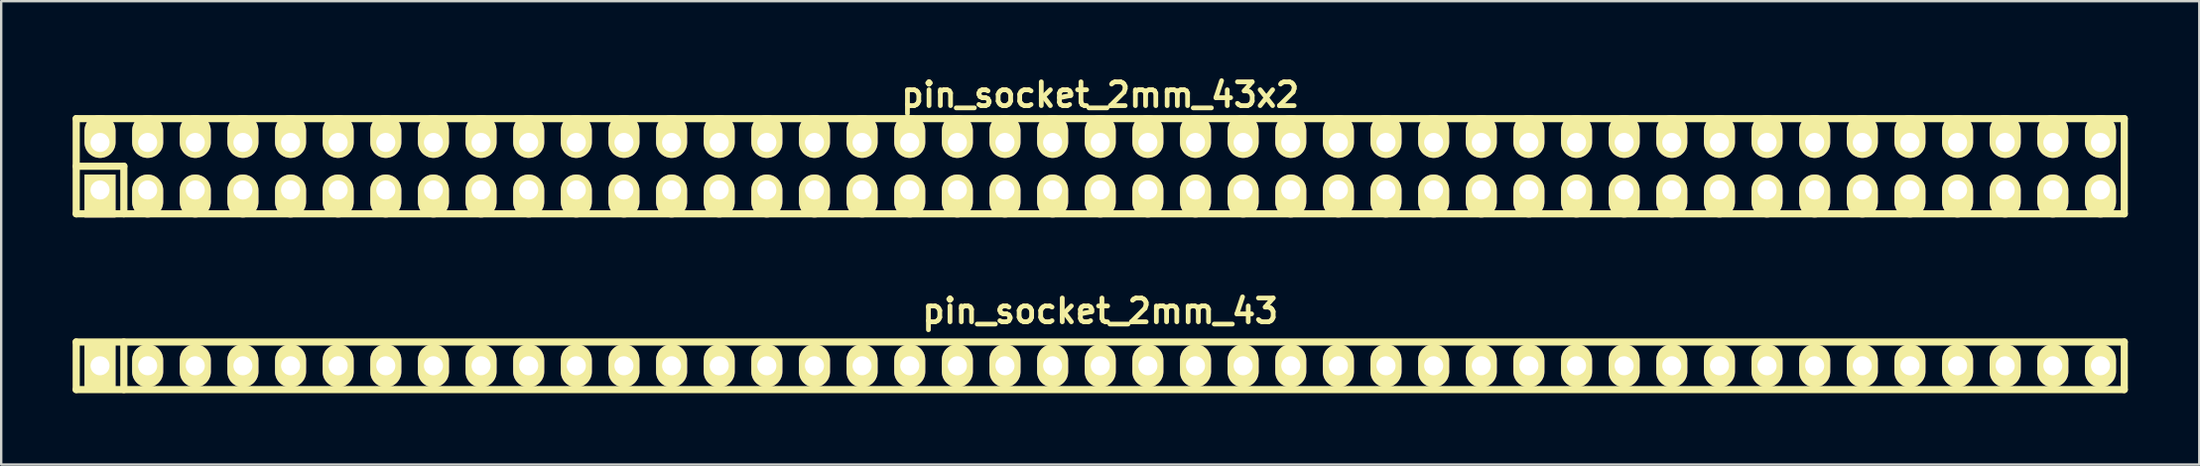
<source format=kicad_pcb>
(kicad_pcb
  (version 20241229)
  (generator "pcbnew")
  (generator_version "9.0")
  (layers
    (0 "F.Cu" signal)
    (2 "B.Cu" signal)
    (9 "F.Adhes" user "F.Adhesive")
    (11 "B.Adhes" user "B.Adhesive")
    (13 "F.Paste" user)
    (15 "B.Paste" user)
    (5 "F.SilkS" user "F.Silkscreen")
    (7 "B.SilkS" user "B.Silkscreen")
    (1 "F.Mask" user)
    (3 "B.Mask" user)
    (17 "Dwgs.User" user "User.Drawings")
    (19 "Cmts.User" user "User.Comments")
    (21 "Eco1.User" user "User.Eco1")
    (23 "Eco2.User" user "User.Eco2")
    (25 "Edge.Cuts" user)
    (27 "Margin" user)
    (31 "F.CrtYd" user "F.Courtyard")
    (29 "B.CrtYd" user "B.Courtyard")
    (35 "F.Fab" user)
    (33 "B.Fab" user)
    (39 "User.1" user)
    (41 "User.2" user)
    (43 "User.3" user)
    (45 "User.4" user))
  (footprint "pin_socket_2mm_43x2"
    (layer "F.Cu")
    (at 43.15 3.936)
    (property "Reference" "pin_socket_2mm_43x2" (at 0 -3 0) (layer "F.SilkS") (effects (font (size 1 1) (thickness 0.2))))
    (attr through_hole)
    (fp_line (start -43 -2) (end 43 -2) (stroke (width 0.3) (type solid)) (layer "F.SilkS"))
    (fp_line (start -43 0) (end -41 0) (stroke (width 0.3) (type solid)) (layer "F.SilkS"))
    (fp_line (start -43 2) (end -43 -2) (stroke (width 0.3) (type solid)) (layer "F.SilkS"))
    (fp_line (start -41 0) (end -41 2) (stroke (width 0.3) (type solid)) (layer "F.SilkS"))
    (fp_line (start 43 -2) (end 43 2) (stroke (width 0.3) (type solid)) (layer "F.SilkS"))
    (fp_line (start 43 2) (end -43 2) (stroke (width 0.3) (type solid)) (layer "F.SilkS"))
    (pad "1" thru_hole rect (at -42 1) (size 1.3 1.8) (drill 0.8 (offset 0 0.25)) (layers "*.Cu" "*.Mask" "F.SilkS"))
    (pad "2" thru_hole oval (at -42 -1) (size 1.3 1.8) (drill 0.8 (offset 0 -0.25)) (layers "*.Cu" "*.Mask" "F.SilkS"))
    (pad "3" thru_hole oval (at -40 1) (size 1.3 1.8) (drill 0.8 (offset 0 0.25)) (layers "*.Cu" "*.Mask" "F.SilkS"))
    (pad "4" thru_hole oval (at -40 -1) (size 1.3 1.8) (drill 0.8 (offset 0 -0.25)) (layers "*.Cu" "*.Mask" "F.SilkS"))
    (pad "5" thru_hole oval (at -38 1) (size 1.3 1.8) (drill 0.8 (offset 0 0.25)) (layers "*.Cu" "*.Mask" "F.SilkS"))
    (pad "6" thru_hole oval (at -38 -1) (size 1.3 1.8) (drill 0.8 (offset 0 -0.25)) (layers "*.Cu" "*.Mask" "F.SilkS"))
    (pad "7" thru_hole oval (at -36 1) (size 1.3 1.8) (drill 0.8 (offset 0 0.25)) (layers "*.Cu" "*.Mask" "F.SilkS"))
    (pad "8" thru_hole oval (at -36 -1) (size 1.3 1.8) (drill 0.8 (offset 0 -0.25)) (layers "*.Cu" "*.Mask" "F.SilkS"))
    (pad "9" thru_hole oval (at -34 1) (size 1.3 1.8) (drill 0.8 (offset 0 0.25)) (layers "*.Cu" "*.Mask" "F.SilkS"))
    (pad "10" thru_hole oval (at -34 -1) (size 1.3 1.8) (drill 0.8 (offset 0 -0.25)) (layers "*.Cu" "*.Mask" "F.SilkS"))
    (pad "11" thru_hole oval (at -32 1) (size 1.3 1.8) (drill 0.8 (offset 0 0.25)) (layers "*.Cu" "*.Mask" "F.SilkS"))
    (pad "12" thru_hole oval (at -32 -1) (size 1.3 1.8) (drill 0.8 (offset 0 -0.25)) (layers "*.Cu" "*.Mask" "F.SilkS"))
    (pad "13" thru_hole oval (at -30 1) (size 1.3 1.8) (drill 0.8 (offset 0 0.25)) (layers "*.Cu" "*.Mask" "F.SilkS"))
    (pad "14" thru_hole oval (at -30 -1) (size 1.3 1.8) (drill 0.8 (offset 0 -0.25)) (layers "*.Cu" "*.Mask" "F.SilkS"))
    (pad "15" thru_hole oval (at -28 1) (size 1.3 1.8) (drill 0.8 (offset 0 0.25)) (layers "*.Cu" "*.Mask" "F.SilkS"))
    (pad "16" thru_hole oval (at -28 -1) (size 1.3 1.8) (drill 0.8 (offset 0 -0.25)) (layers "*.Cu" "*.Mask" "F.SilkS"))
    (pad "17" thru_hole oval (at -26 1) (size 1.3 1.8) (drill 0.8 (offset 0 0.25)) (layers "*.Cu" "*.Mask" "F.SilkS"))
    (pad "18" thru_hole oval (at -26 -1) (size 1.3 1.8) (drill 0.8 (offset 0 -0.25)) (layers "*.Cu" "*.Mask" "F.SilkS"))
    (pad "19" thru_hole oval (at -24 1) (size 1.3 1.8) (drill 0.8 (offset 0 0.25)) (layers "*.Cu" "*.Mask" "F.SilkS"))
    (pad "20" thru_hole oval (at -24 -1) (size 1.3 1.8) (drill 0.8 (offset 0 -0.25)) (layers "*.Cu" "*.Mask" "F.SilkS"))
    (pad "21" thru_hole oval (at -22 1) (size 1.3 1.8) (drill 0.8 (offset 0 0.25)) (layers "*.Cu" "*.Mask" "F.SilkS"))
    (pad "22" thru_hole oval (at -22 -1) (size 1.3 1.8) (drill 0.8 (offset 0 -0.25)) (layers "*.Cu" "*.Mask" "F.SilkS"))
    (pad "23" thru_hole oval (at -20 1) (size 1.3 1.8) (drill 0.8 (offset 0 0.25)) (layers "*.Cu" "*.Mask" "F.SilkS"))
    (pad "24" thru_hole oval (at -20 -1) (size 1.3 1.8) (drill 0.8 (offset 0 -0.25)) (layers "*.Cu" "*.Mask" "F.SilkS"))
    (pad "25" thru_hole oval (at -18 1) (size 1.3 1.8) (drill 0.8 (offset 0 0.25)) (layers "*.Cu" "*.Mask" "F.SilkS"))
    (pad "26" thru_hole oval (at -18 -1) (size 1.3 1.8) (drill 0.8 (offset 0 -0.25)) (layers "*.Cu" "*.Mask" "F.SilkS"))
    (pad "27" thru_hole oval (at -16 1) (size 1.3 1.8) (drill 0.8 (offset 0 0.25)) (layers "*.Cu" "*.Mask" "F.SilkS"))
    (pad "28" thru_hole oval (at -16 -1) (size 1.3 1.8) (drill 0.8 (offset 0 -0.25)) (layers "*.Cu" "*.Mask" "F.SilkS"))
    (pad "29" thru_hole oval (at -14 1) (size 1.3 1.8) (drill 0.8 (offset 0 0.25)) (layers "*.Cu" "*.Mask" "F.SilkS"))
    (pad "30" thru_hole oval (at -14 -1) (size 1.3 1.8) (drill 0.8 (offset 0 -0.25)) (layers "*.Cu" "*.Mask" "F.SilkS"))
    (pad "31" thru_hole oval (at -12 1) (size 1.3 1.8) (drill 0.8 (offset 0 0.25)) (layers "*.Cu" "*.Mask" "F.SilkS"))
    (pad "32" thru_hole oval (at -12 -1) (size 1.3 1.8) (drill 0.8 (offset 0 -0.25)) (layers "*.Cu" "*.Mask" "F.SilkS"))
    (pad "33" thru_hole oval (at -10 1) (size 1.3 1.8) (drill 0.8 (offset 0 0.25)) (layers "*.Cu" "*.Mask" "F.SilkS"))
    (pad "34" thru_hole oval (at -10 -1) (size 1.3 1.8) (drill 0.8 (offset 0 -0.25)) (layers "*.Cu" "*.Mask" "F.SilkS"))
    (pad "35" thru_hole oval (at -8 1) (size 1.3 1.8) (drill 0.8 (offset 0 0.25)) (layers "*.Cu" "*.Mask" "F.SilkS"))
    (pad "36" thru_hole oval (at -8 -1) (size 1.3 1.8) (drill 0.8 (offset 0 -0.25)) (layers "*.Cu" "*.Mask" "F.SilkS"))
    (pad "37" thru_hole oval (at -6 1) (size 1.3 1.8) (drill 0.8 (offset 0 0.25)) (layers "*.Cu" "*.Mask" "F.SilkS"))
    (pad "38" thru_hole oval (at -6 -1) (size 1.3 1.8) (drill 0.8 (offset 0 -0.25)) (layers "*.Cu" "*.Mask" "F.SilkS"))
    (pad "39" thru_hole oval (at -4 1) (size 1.3 1.8) (drill 0.8 (offset 0 0.25)) (layers "*.Cu" "*.Mask" "F.SilkS"))
    (pad "40" thru_hole oval (at -4 -1) (size 1.3 1.8) (drill 0.8 (offset 0 -0.25)) (layers "*.Cu" "*.Mask" "F.SilkS"))
    (pad "41" thru_hole oval (at -2 1) (size 1.3 1.8) (drill 0.8 (offset 0 0.25)) (layers "*.Cu" "*.Mask" "F.SilkS"))
    (pad "42" thru_hole oval (at -2 -1) (size 1.3 1.8) (drill 0.8 (offset 0 -0.25)) (layers "*.Cu" "*.Mask" "F.SilkS"))
    (pad "43" thru_hole oval (at 0 1) (size 1.3 1.8) (drill 0.8 (offset 0 0.25)) (layers "*.Cu" "*.Mask" "F.SilkS"))
    (pad "44" thru_hole oval (at 0 -1) (size 1.3 1.8) (drill 0.8 (offset 0 -0.25)) (layers "*.Cu" "*.Mask" "F.SilkS"))
    (pad "45" thru_hole oval (at 2 1) (size 1.3 1.8) (drill 0.8 (offset 0 0.25)) (layers "*.Cu" "*.Mask" "F.SilkS"))
    (pad "46" thru_hole oval (at 2 -1) (size 1.3 1.8) (drill 0.8 (offset 0 -0.25)) (layers "*.Cu" "*.Mask" "F.SilkS"))
    (pad "47" thru_hole oval (at 4 1) (size 1.3 1.8) (drill 0.8 (offset 0 0.25)) (layers "*.Cu" "*.Mask" "F.SilkS"))
    (pad "48" thru_hole oval (at 4 -1) (size 1.3 1.8) (drill 0.8 (offset 0 -0.25)) (layers "*.Cu" "*.Mask" "F.SilkS"))
    (pad "49" thru_hole oval (at 6 1) (size 1.3 1.8) (drill 0.8 (offset 0 0.25)) (layers "*.Cu" "*.Mask" "F.SilkS"))
    (pad "50" thru_hole oval (at 6 -1) (size 1.3 1.8) (drill 0.8 (offset 0 -0.25)) (layers "*.Cu" "*.Mask" "F.SilkS"))
    (pad "51" thru_hole oval (at 8 1) (size 1.3 1.8) (drill 0.8 (offset 0 0.25)) (layers "*.Cu" "*.Mask" "F.SilkS"))
    (pad "52" thru_hole oval (at 8 -1) (size 1.3 1.8) (drill 0.8 (offset 0 -0.25)) (layers "*.Cu" "*.Mask" "F.SilkS"))
    (pad "53" thru_hole oval (at 10 1) (size 1.3 1.8) (drill 0.8 (offset 0 0.25)) (layers "*.Cu" "*.Mask" "F.SilkS"))
    (pad "54" thru_hole oval (at 10 -1) (size 1.3 1.8) (drill 0.8 (offset 0 -0.25)) (layers "*.Cu" "*.Mask" "F.SilkS"))
    (pad "55" thru_hole oval (at 12 1) (size 1.3 1.8) (drill 0.8 (offset 0 0.25)) (layers "*.Cu" "*.Mask" "F.SilkS"))
    (pad "56" thru_hole oval (at 12 -1) (size 1.3 1.8) (drill 0.8 (offset 0 -0.25)) (layers "*.Cu" "*.Mask" "F.SilkS"))
    (pad "57" thru_hole oval (at 14 1) (size 1.3 1.8) (drill 0.8 (offset 0 0.25)) (layers "*.Cu" "*.Mask" "F.SilkS"))
    (pad "58" thru_hole oval (at 14 -1) (size 1.3 1.8) (drill 0.8 (offset 0 -0.25)) (layers "*.Cu" "*.Mask" "F.SilkS"))
    (pad "59" thru_hole oval (at 16 1) (size 1.3 1.8) (drill 0.8 (offset 0 0.25)) (layers "*.Cu" "*.Mask" "F.SilkS"))
    (pad "60" thru_hole oval (at 16 -1) (size 1.3 1.8) (drill 0.8 (offset 0 -0.25)) (layers "*.Cu" "*.Mask" "F.SilkS"))
    (pad "61" thru_hole oval (at 18 1) (size 1.3 1.8) (drill 0.8 (offset 0 0.25)) (layers "*.Cu" "*.Mask" "F.SilkS"))
    (pad "62" thru_hole oval (at 18 -1) (size 1.3 1.8) (drill 0.8 (offset 0 -0.25)) (layers "*.Cu" "*.Mask" "F.SilkS"))
    (pad "63" thru_hole oval (at 20 1) (size 1.3 1.8) (drill 0.8 (offset 0 0.25)) (layers "*.Cu" "*.Mask" "F.SilkS"))
    (pad "64" thru_hole oval (at 20 -1) (size 1.3 1.8) (drill 0.8 (offset 0 -0.25)) (layers "*.Cu" "*.Mask" "F.SilkS"))
    (pad "65" thru_hole oval (at 22 1) (size 1.3 1.8) (drill 0.8 (offset 0 0.25)) (layers "*.Cu" "*.Mask" "F.SilkS"))
    (pad "66" thru_hole oval (at 22 -1) (size 1.3 1.8) (drill 0.8 (offset 0 -0.25)) (layers "*.Cu" "*.Mask" "F.SilkS"))
    (pad "67" thru_hole oval (at 24 1) (size 1.3 1.8) (drill 0.8 (offset 0 0.25)) (layers "*.Cu" "*.Mask" "F.SilkS"))
    (pad "68" thru_hole oval (at 24 -1) (size 1.3 1.8) (drill 0.8 (offset 0 -0.25)) (layers "*.Cu" "*.Mask" "F.SilkS"))
    (pad "69" thru_hole oval (at 26 1) (size 1.3 1.8) (drill 0.8 (offset 0 0.25)) (layers "*.Cu" "*.Mask" "F.SilkS"))
    (pad "70" thru_hole oval (at 26 -1) (size 1.3 1.8) (drill 0.8 (offset 0 -0.25)) (layers "*.Cu" "*.Mask" "F.SilkS"))
    (pad "71" thru_hole oval (at 28 1) (size 1.3 1.8) (drill 0.8 (offset 0 0.25)) (layers "*.Cu" "*.Mask" "F.SilkS"))
    (pad "72" thru_hole oval (at 28 -1) (size 1.3 1.8) (drill 0.8 (offset 0 -0.25)) (layers "*.Cu" "*.Mask" "F.SilkS"))
    (pad "73" thru_hole oval (at 30 1) (size 1.3 1.8) (drill 0.8 (offset 0 0.25)) (layers "*.Cu" "*.Mask" "F.SilkS"))
    (pad "74" thru_hole oval (at 30 -1) (size 1.3 1.8) (drill 0.8 (offset 0 -0.25)) (layers "*.Cu" "*.Mask" "F.SilkS"))
    (pad "75" thru_hole oval (at 32 1) (size 1.3 1.8) (drill 0.8 (offset 0 0.25)) (layers "*.Cu" "*.Mask" "F.SilkS"))
    (pad "76" thru_hole oval (at 32 -1) (size 1.3 1.8) (drill 0.8 (offset 0 -0.25)) (layers "*.Cu" "*.Mask" "F.SilkS"))
    (pad "77" thru_hole oval (at 34 1) (size 1.3 1.8) (drill 0.8 (offset 0 0.25)) (layers "*.Cu" "*.Mask" "F.SilkS"))
    (pad "78" thru_hole oval (at 34 -1) (size 1.3 1.8) (drill 0.8 (offset 0 -0.25)) (layers "*.Cu" "*.Mask" "F.SilkS"))
    (pad "79" thru_hole oval (at 36 1) (size 1.3 1.8) (drill 0.8 (offset 0 0.25)) (layers "*.Cu" "*.Mask" "F.SilkS"))
    (pad "80" thru_hole oval (at 36 -1) (size 1.3 1.8) (drill 0.8 (offset 0 -0.25)) (layers "*.Cu" "*.Mask" "F.SilkS"))
    (pad "81" thru_hole oval (at 38 1) (size 1.3 1.8) (drill 0.8 (offset 0 0.25)) (layers "*.Cu" "*.Mask" "F.SilkS"))
    (pad "82" thru_hole oval (at 38 -1) (size 1.3 1.8) (drill 0.8 (offset 0 -0.25)) (layers "*.Cu" "*.Mask" "F.SilkS"))
    (pad "83" thru_hole oval (at 40 1) (size 1.3 1.8) (drill 0.8 (offset 0 0.25)) (layers "*.Cu" "*.Mask" "F.SilkS"))
    (pad "84" thru_hole oval (at 40 -1) (size 1.3 1.8) (drill 0.8 (offset 0 -0.25)) (layers "*.Cu" "*.Mask" "F.SilkS"))
    (pad "85" thru_hole oval (at 42 1) (size 1.3 1.8) (drill 0.8 (offset 0 0.25)) (layers "*.Cu" "*.Mask" "F.SilkS"))
    (pad "86" thru_hole oval (at 42 -1) (size 1.3 1.8) (drill 0.8 (offset 0 -0.25)) (layers "*.Cu" "*.Mask" "F.SilkS")))
  (footprint "pin_socket_2mm_43"
    (layer "F.Cu")
    (at 43.15 12.322)
    (property "Reference" "pin_socket_2mm_43" (at 0 -2.3 0) (layer "F.SilkS") (effects (font (size 1 1) (thickness 0.2))))
    (attr through_hole)
    (fp_line (start -43 -1) (end 43 -1) (stroke (width 0.3) (type solid)) (layer "F.SilkS"))
    (fp_line (start -43 1) (end -43 -1) (stroke (width 0.3) (type solid)) (layer "F.SilkS"))
    (fp_line (start -41 -1) (end -41 1) (stroke (width 0.3) (type solid)) (layer "F.SilkS"))
    (fp_line (start 43 -1) (end 43 1) (stroke (width 0.3) (type solid)) (layer "F.SilkS"))
    (fp_line (start 43 1) (end -43 1) (stroke (width 0.3) (type solid)) (layer "F.SilkS"))
    (pad "1" thru_hole rect (at -42 0) (size 1.3 1.8) (drill 0.8) (layers "*.Cu" "*.Mask" "F.SilkS"))
    (pad "2" thru_hole oval (at -40 0) (size 1.3 1.8) (drill 0.8) (layers "*.Cu" "*.Mask" "F.SilkS"))
    (pad "3" thru_hole oval (at -38 0) (size 1.3 1.8) (drill 0.8) (layers "*.Cu" "*.Mask" "F.SilkS"))
    (pad "4" thru_hole oval (at -36 0) (size 1.3 1.8) (drill 0.8) (layers "*.Cu" "*.Mask" "F.SilkS"))
    (pad "5" thru_hole oval (at -34 0) (size 1.3 1.8) (drill 0.8) (layers "*.Cu" "*.Mask" "F.SilkS"))
    (pad "6" thru_hole oval (at -32 0) (size 1.3 1.8) (drill 0.8) (layers "*.Cu" "*.Mask" "F.SilkS"))
    (pad "7" thru_hole oval (at -30 0) (size 1.3 1.8) (drill 0.8) (layers "*.Cu" "*.Mask" "F.SilkS"))
    (pad "8" thru_hole oval (at -28 0) (size 1.3 1.8) (drill 0.8) (layers "*.Cu" "*.Mask" "F.SilkS"))
    (pad "9" thru_hole oval (at -26 0) (size 1.3 1.8) (drill 0.8) (layers "*.Cu" "*.Mask" "F.SilkS"))
    (pad "10" thru_hole oval (at -24 0) (size 1.3 1.8) (drill 0.8) (layers "*.Cu" "*.Mask" "F.SilkS"))
    (pad "11" thru_hole oval (at -22 0) (size 1.3 1.8) (drill 0.8) (layers "*.Cu" "*.Mask" "F.SilkS"))
    (pad "12" thru_hole oval (at -20 0) (size 1.3 1.8) (drill 0.8) (layers "*.Cu" "*.Mask" "F.SilkS"))
    (pad "13" thru_hole oval (at -18 0) (size 1.3 1.8) (drill 0.8) (layers "*.Cu" "*.Mask" "F.SilkS"))
    (pad "14" thru_hole oval (at -16 0) (size 1.3 1.8) (drill 0.8) (layers "*.Cu" "*.Mask" "F.SilkS"))
    (pad "15" thru_hole oval (at -14 0) (size 1.3 1.8) (drill 0.8) (layers "*.Cu" "*.Mask" "F.SilkS"))
    (pad "16" thru_hole oval (at -12 0) (size 1.3 1.8) (drill 0.8) (layers "*.Cu" "*.Mask" "F.SilkS"))
    (pad "17" thru_hole oval (at -10 0) (size 1.3 1.8) (drill 0.8) (layers "*.Cu" "*.Mask" "F.SilkS"))
    (pad "18" thru_hole oval (at -8 0) (size 1.3 1.8) (drill 0.8) (layers "*.Cu" "*.Mask" "F.SilkS"))
    (pad "19" thru_hole oval (at -6 0) (size 1.3 1.8) (drill 0.8) (layers "*.Cu" "*.Mask" "F.SilkS"))
    (pad "20" thru_hole oval (at -4 0) (size 1.3 1.8) (drill 0.8) (layers "*.Cu" "*.Mask" "F.SilkS"))
    (pad "21" thru_hole oval (at -2 0) (size 1.3 1.8) (drill 0.8) (layers "*.Cu" "*.Mask" "F.SilkS"))
    (pad "22" thru_hole oval (at 0 0) (size 1.3 1.8) (drill 0.8) (layers "*.Cu" "*.Mask" "F.SilkS"))
    (pad "23" thru_hole oval (at 2 0) (size 1.3 1.8) (drill 0.8) (layers "*.Cu" "*.Mask" "F.SilkS"))
    (pad "24" thru_hole oval (at 4 0) (size 1.3 1.8) (drill 0.8) (layers "*.Cu" "*.Mask" "F.SilkS"))
    (pad "25" thru_hole oval (at 6 0) (size 1.3 1.8) (drill 0.8) (layers "*.Cu" "*.Mask" "F.SilkS"))
    (pad "26" thru_hole oval (at 8 0) (size 1.3 1.8) (drill 0.8) (layers "*.Cu" "*.Mask" "F.SilkS"))
    (pad "27" thru_hole oval (at 10 0) (size 1.3 1.8) (drill 0.8) (layers "*.Cu" "*.Mask" "F.SilkS"))
    (pad "28" thru_hole oval (at 12 0) (size 1.3 1.8) (drill 0.8) (layers "*.Cu" "*.Mask" "F.SilkS"))
    (pad "29" thru_hole oval (at 14 0) (size 1.3 1.8) (drill 0.8) (layers "*.Cu" "*.Mask" "F.SilkS"))
    (pad "30" thru_hole oval (at 16 0) (size 1.3 1.8) (drill 0.8) (layers "*.Cu" "*.Mask" "F.SilkS"))
    (pad "31" thru_hole oval (at 18 0) (size 1.3 1.8) (drill 0.8) (layers "*.Cu" "*.Mask" "F.SilkS"))
    (pad "32" thru_hole oval (at 20 0) (size 1.3 1.8) (drill 0.8) (layers "*.Cu" "*.Mask" "F.SilkS"))
    (pad "33" thru_hole oval (at 22 0) (size 1.3 1.8) (drill 0.8) (layers "*.Cu" "*.Mask" "F.SilkS"))
    (pad "34" thru_hole oval (at 24 0) (size 1.3 1.8) (drill 0.8) (layers "*.Cu" "*.Mask" "F.SilkS"))
    (pad "35" thru_hole oval (at 26 0) (size 1.3 1.8) (drill 0.8) (layers "*.Cu" "*.Mask" "F.SilkS"))
    (pad "36" thru_hole oval (at 28 0) (size 1.3 1.8) (drill 0.8) (layers "*.Cu" "*.Mask" "F.SilkS"))
    (pad "37" thru_hole oval (at 30 0) (size 1.3 1.8) (drill 0.8) (layers "*.Cu" "*.Mask" "F.SilkS"))
    (pad "38" thru_hole oval (at 32 0) (size 1.3 1.8) (drill 0.8) (layers "*.Cu" "*.Mask" "F.SilkS"))
    (pad "39" thru_hole oval (at 34 0) (size 1.3 1.8) (drill 0.8) (layers "*.Cu" "*.Mask" "F.SilkS"))
    (pad "40" thru_hole oval (at 36 0) (size 1.3 1.8) (drill 0.8) (layers "*.Cu" "*.Mask" "F.SilkS"))
    (pad "41" thru_hole oval (at 38 0) (size 1.3 1.8) (drill 0.8) (layers "*.Cu" "*.Mask" "F.SilkS"))
    (pad "42" thru_hole oval (at 40 0) (size 1.3 1.8) (drill 0.8) (layers "*.Cu" "*.Mask" "F.SilkS"))
    (pad "43" thru_hole oval (at 42 0) (size 1.3 1.8) (drill 0.8) (layers "*.Cu" "*.Mask" "F.SilkS")))
  (gr_rect
    (start -3 -3)
    (end 89.3 16.472)
    (stroke (width 0.1) (type default))
    (fill no)
    (layer "Edge.Cuts")))
</source>
